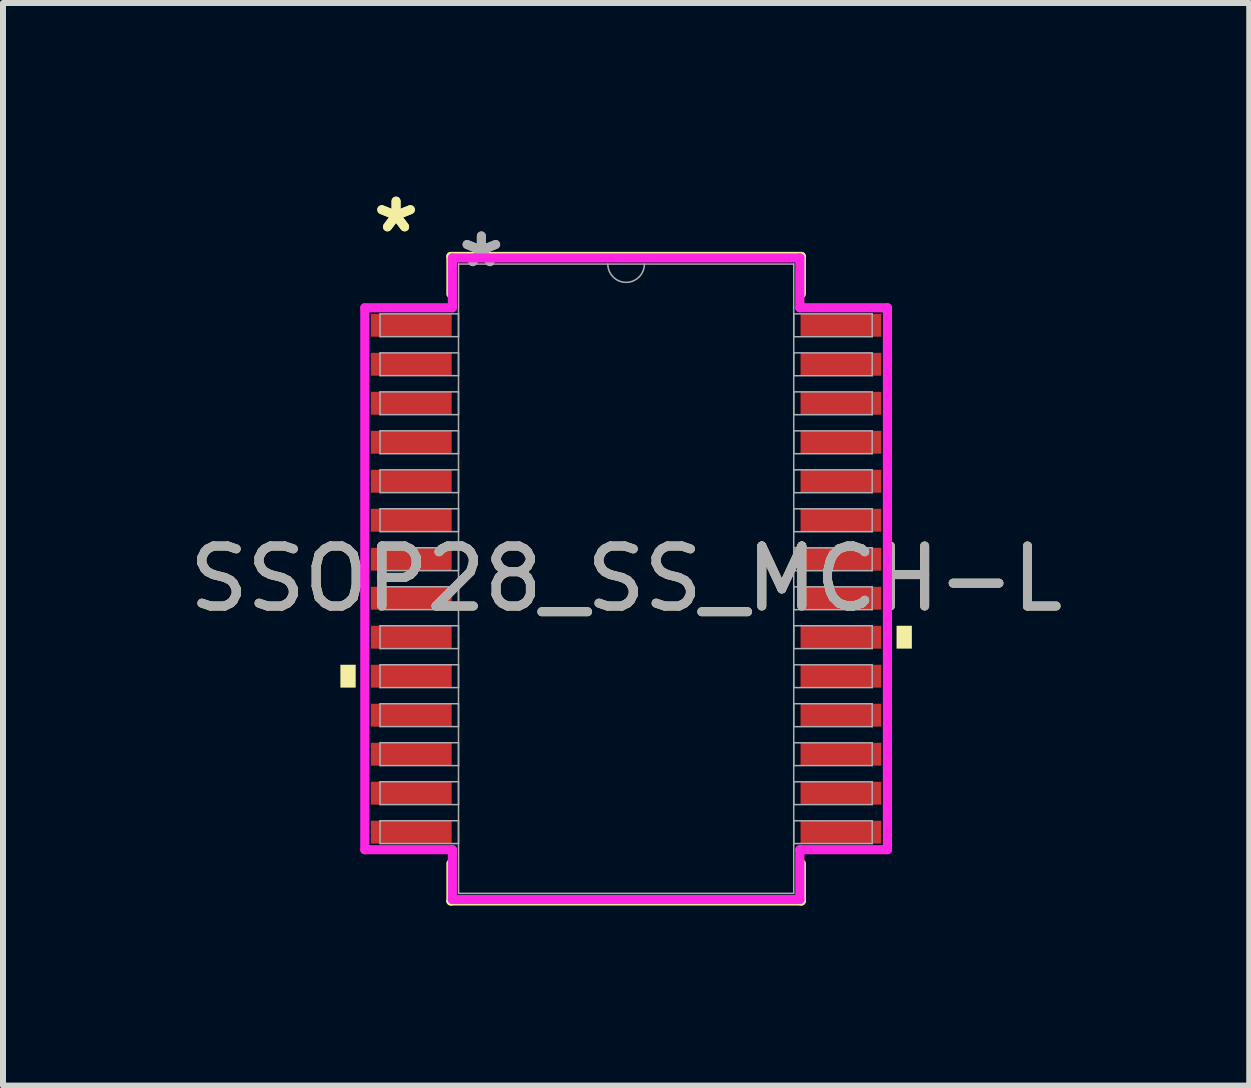
<source format=kicad_pcb>
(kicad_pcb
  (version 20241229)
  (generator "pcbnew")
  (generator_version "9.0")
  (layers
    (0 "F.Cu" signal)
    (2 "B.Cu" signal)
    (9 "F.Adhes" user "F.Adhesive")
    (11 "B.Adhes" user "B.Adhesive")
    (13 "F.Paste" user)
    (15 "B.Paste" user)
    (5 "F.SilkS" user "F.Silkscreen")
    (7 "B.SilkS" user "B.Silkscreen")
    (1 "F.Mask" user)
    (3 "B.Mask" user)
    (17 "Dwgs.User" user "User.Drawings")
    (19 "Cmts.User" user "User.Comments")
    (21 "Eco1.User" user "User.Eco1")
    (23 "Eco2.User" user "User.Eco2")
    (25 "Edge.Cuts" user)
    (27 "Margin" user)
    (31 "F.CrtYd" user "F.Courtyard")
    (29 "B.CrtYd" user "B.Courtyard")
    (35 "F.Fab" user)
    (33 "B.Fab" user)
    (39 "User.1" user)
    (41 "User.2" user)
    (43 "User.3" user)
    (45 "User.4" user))
  (footprint "SSOP28_SS_MCH-L"
    (layer "F.Cu")
    (at 7.387 6.597)
    (property "Reference" "SSOP28_SS_MCH-L" (at 0 0 0) (unlocked yes) (layer "F.SilkS") (effects (font (size 1 1) (thickness 0.15))))
    (attr smd)
    (fp_line (start -2.921 -5.372) (end -2.921 -4.748) (stroke (width 0.152) (type solid)) (layer "F.SilkS"))
    (fp_line (start -2.921 4.748) (end -2.921 5.372) (stroke (width 0.152) (type solid)) (layer "F.SilkS"))
    (fp_line (start -2.921 5.372) (end 2.921 5.372) (stroke (width 0.152) (type solid)) (layer "F.SilkS"))
    (fp_line (start 2.921 -5.372) (end -2.921 -5.372) (stroke (width 0.152) (type solid)) (layer "F.SilkS"))
    (fp_line (start 2.921 -4.748) (end 2.921 -5.372) (stroke (width 0.152) (type solid)) (layer "F.SilkS"))
    (fp_line (start 2.921 5.372) (end 2.921 4.748) (stroke (width 0.152) (type solid)) (layer "F.SilkS"))
    (fp_poly (pts (xy -4.763 1.434) (xy -4.763 1.815) (xy -4.508 1.815) (xy -4.508 1.434)) (stroke (width 0) (type solid)) (fill yes) (layer "F.SilkS"))
    (fp_poly (pts (xy 4.763 0.784) (xy 4.763 1.165) (xy 4.508 1.165) (xy 4.508 0.784)) (stroke (width 0) (type solid)) (fill yes) (layer "F.SilkS"))
    (fp_line (start -4.356 -4.517) (end -2.896 -4.517) (stroke (width 0.152) (type solid)) (layer "F.CrtYd"))
    (fp_line (start -4.356 4.517) (end -4.356 -4.517) (stroke (width 0.152) (type solid)) (layer "F.CrtYd"))
    (fp_line (start -4.356 4.517) (end -2.896 4.517) (stroke (width 0.152) (type solid)) (layer "F.CrtYd"))
    (fp_line (start -2.896 -5.347) (end 2.896 -5.347) (stroke (width 0.152) (type solid)) (layer "F.CrtYd"))
    (fp_line (start -2.896 -4.517) (end -2.896 -5.347) (stroke (width 0.152) (type solid)) (layer "F.CrtYd"))
    (fp_line (start -2.896 5.347) (end -2.896 4.517) (stroke (width 0.152) (type solid)) (layer "F.CrtYd"))
    (fp_line (start 2.896 -5.347) (end 2.896 -4.517) (stroke (width 0.152) (type solid)) (layer "F.CrtYd"))
    (fp_line (start 2.896 4.517) (end 2.896 5.347) (stroke (width 0.152) (type solid)) (layer "F.CrtYd"))
    (fp_line (start 2.896 5.347) (end -2.896 5.347) (stroke (width 0.152) (type solid)) (layer "F.CrtYd"))
    (fp_line (start 4.356 -4.517) (end 2.896 -4.517) (stroke (width 0.152) (type solid)) (layer "F.CrtYd"))
    (fp_line (start 4.356 -4.517) (end 4.356 4.517) (stroke (width 0.152) (type solid)) (layer "F.CrtYd"))
    (fp_line (start 4.356 4.517) (end 2.896 4.517) (stroke (width 0.152) (type solid)) (layer "F.CrtYd"))
    (fp_line (start -4.102 -4.415) (end -4.102 -4.035) (stroke (width 0.025) (type solid)) (layer "F.Fab"))
    (fp_line (start -4.102 -4.035) (end -2.794 -4.035) (stroke (width 0.025) (type solid)) (layer "F.Fab"))
    (fp_line (start -4.102 -3.765) (end -4.102 -3.385) (stroke (width 0.025) (type solid)) (layer "F.Fab"))
    (fp_line (start -4.102 -3.385) (end -2.794 -3.385) (stroke (width 0.025) (type solid)) (layer "F.Fab"))
    (fp_line (start -4.102 -3.115) (end -4.102 -2.735) (stroke (width 0.025) (type solid)) (layer "F.Fab"))
    (fp_line (start -4.102 -2.735) (end -2.794 -2.735) (stroke (width 0.025) (type solid)) (layer "F.Fab"))
    (fp_line (start -4.102 -2.466) (end -4.102 -2.084) (stroke (width 0.025) (type solid)) (layer "F.Fab"))
    (fp_line (start -4.102 -2.084) (end -2.794 -2.084) (stroke (width 0.025) (type solid)) (layer "F.Fab"))
    (fp_line (start -4.102 -1.816) (end -4.102 -1.435) (stroke (width 0.025) (type solid)) (layer "F.Fab"))
    (fp_line (start -4.102 -1.435) (end -2.794 -1.435) (stroke (width 0.025) (type solid)) (layer "F.Fab"))
    (fp_line (start -4.102 -1.166) (end -4.102 -0.785) (stroke (width 0.025) (type solid)) (layer "F.Fab"))
    (fp_line (start -4.102 -0.785) (end -2.794 -0.785) (stroke (width 0.025) (type solid)) (layer "F.Fab"))
    (fp_line (start -4.102 -0.516) (end -4.102 -0.135) (stroke (width 0.025) (type solid)) (layer "F.Fab"))
    (fp_line (start -4.102 -0.135) (end -2.794 -0.135) (stroke (width 0.025) (type solid)) (layer "F.Fab"))
    (fp_line (start -4.102 0.134) (end -4.102 0.515) (stroke (width 0.025) (type solid)) (layer "F.Fab"))
    (fp_line (start -4.102 0.515) (end -2.794 0.515) (stroke (width 0.025) (type solid)) (layer "F.Fab"))
    (fp_line (start -4.102 0.784) (end -4.102 1.165) (stroke (width 0.025) (type solid)) (layer "F.Fab"))
    (fp_line (start -4.102 1.165) (end -2.794 1.165) (stroke (width 0.025) (type solid)) (layer "F.Fab"))
    (fp_line (start -4.102 1.434) (end -4.102 1.815) (stroke (width 0.025) (type solid)) (layer "F.Fab"))
    (fp_line (start -4.102 1.815) (end -2.794 1.815) (stroke (width 0.025) (type solid)) (layer "F.Fab"))
    (fp_line (start -4.102 2.084) (end -4.102 2.465) (stroke (width 0.025) (type solid)) (layer "F.Fab"))
    (fp_line (start -4.102 2.465) (end -2.794 2.465) (stroke (width 0.025) (type solid)) (layer "F.Fab"))
    (fp_line (start -4.102 2.734) (end -4.102 3.115) (stroke (width 0.025) (type solid)) (layer "F.Fab"))
    (fp_line (start -4.102 3.115) (end -2.794 3.115) (stroke (width 0.025) (type solid)) (layer "F.Fab"))
    (fp_line (start -4.102 3.384) (end -4.102 3.765) (stroke (width 0.025) (type solid)) (layer "F.Fab"))
    (fp_line (start -4.102 3.765) (end -2.794 3.765) (stroke (width 0.025) (type solid)) (layer "F.Fab"))
    (fp_line (start -4.102 4.034) (end -4.102 4.415) (stroke (width 0.025) (type solid)) (layer "F.Fab"))
    (fp_line (start -4.102 4.415) (end -2.794 4.415) (stroke (width 0.025) (type solid)) (layer "F.Fab"))
    (fp_line (start -2.794 -5.245) (end -2.794 5.245) (stroke (width 0.025) (type solid)) (layer "F.Fab"))
    (fp_line (start -2.794 -4.415) (end -4.102 -4.415) (stroke (width 0.025) (type solid)) (layer "F.Fab"))
    (fp_line (start -2.794 -4.035) (end -2.794 -4.415) (stroke (width 0.025) (type solid)) (layer "F.Fab"))
    (fp_line (start -2.794 -3.765) (end -4.102 -3.765) (stroke (width 0.025) (type solid)) (layer "F.Fab"))
    (fp_line (start -2.794 -3.385) (end -2.794 -3.765) (stroke (width 0.025) (type solid)) (layer "F.Fab"))
    (fp_line (start -2.794 -3.115) (end -4.102 -3.115) (stroke (width 0.025) (type solid)) (layer "F.Fab"))
    (fp_line (start -2.794 -2.735) (end -2.794 -3.115) (stroke (width 0.025) (type solid)) (layer "F.Fab"))
    (fp_line (start -2.794 -2.466) (end -4.102 -2.466) (stroke (width 0.025) (type solid)) (layer "F.Fab"))
    (fp_line (start -2.794 -2.084) (end -2.794 -2.466) (stroke (width 0.025) (type solid)) (layer "F.Fab"))
    (fp_line (start -2.794 -1.816) (end -4.102 -1.816) (stroke (width 0.025) (type solid)) (layer "F.Fab"))
    (fp_line (start -2.794 -1.435) (end -2.794 -1.816) (stroke (width 0.025) (type solid)) (layer "F.Fab"))
    (fp_line (start -2.794 -1.166) (end -4.102 -1.166) (stroke (width 0.025) (type solid)) (layer "F.Fab"))
    (fp_line (start -2.794 -0.785) (end -2.794 -1.166) (stroke (width 0.025) (type solid)) (layer "F.Fab"))
    (fp_line (start -2.794 -0.516) (end -4.102 -0.516) (stroke (width 0.025) (type solid)) (layer "F.Fab"))
    (fp_line (start -2.794 -0.135) (end -2.794 -0.516) (stroke (width 0.025) (type solid)) (layer "F.Fab"))
    (fp_line (start -2.794 0.134) (end -4.102 0.134) (stroke (width 0.025) (type solid)) (layer "F.Fab"))
    (fp_line (start -2.794 0.515) (end -2.794 0.134) (stroke (width 0.025) (type solid)) (layer "F.Fab"))
    (fp_line (start -2.794 0.784) (end -4.102 0.784) (stroke (width 0.025) (type solid)) (layer "F.Fab"))
    (fp_line (start -2.794 1.165) (end -2.794 0.784) (stroke (width 0.025) (type solid)) (layer "F.Fab"))
    (fp_line (start -2.794 1.434) (end -4.102 1.434) (stroke (width 0.025) (type solid)) (layer "F.Fab"))
    (fp_line (start -2.794 1.815) (end -2.794 1.434) (stroke (width 0.025) (type solid)) (layer "F.Fab"))
    (fp_line (start -2.794 2.084) (end -4.102 2.084) (stroke (width 0.025) (type solid)) (layer "F.Fab"))
    (fp_line (start -2.794 2.465) (end -2.794 2.084) (stroke (width 0.025) (type solid)) (layer "F.Fab"))
    (fp_line (start -2.794 2.734) (end -4.102 2.734) (stroke (width 0.025) (type solid)) (layer "F.Fab"))
    (fp_line (start -2.794 3.115) (end -2.794 2.734) (stroke (width 0.025) (type solid)) (layer "F.Fab"))
    (fp_line (start -2.794 3.384) (end -4.102 3.384) (stroke (width 0.025) (type solid)) (layer "F.Fab"))
    (fp_line (start -2.794 3.765) (end -2.794 3.384) (stroke (width 0.025) (type solid)) (layer "F.Fab"))
    (fp_line (start -2.794 4.034) (end -4.102 4.034) (stroke (width 0.025) (type solid)) (layer "F.Fab"))
    (fp_line (start -2.794 4.415) (end -2.794 4.034) (stroke (width 0.025) (type solid)) (layer "F.Fab"))
    (fp_line (start -2.794 5.245) (end 2.794 5.245) (stroke (width 0.025) (type solid)) (layer "F.Fab"))
    (fp_line (start 2.794 -5.245) (end -2.794 -5.245) (stroke (width 0.025) (type solid)) (layer "F.Fab"))
    (fp_line (start 2.794 -4.415) (end 2.794 -4.034) (stroke (width 0.025) (type solid)) (layer "F.Fab"))
    (fp_line (start 2.794 -4.034) (end 4.102 -4.034) (stroke (width 0.025) (type solid)) (layer "F.Fab"))
    (fp_line (start 2.794 -3.765) (end 2.794 -3.384) (stroke (width 0.025) (type solid)) (layer "F.Fab"))
    (fp_line (start 2.794 -3.384) (end 4.102 -3.384) (stroke (width 0.025) (type solid)) (layer "F.Fab"))
    (fp_line (start 2.794 -3.115) (end 2.794 -2.734) (stroke (width 0.025) (type solid)) (layer "F.Fab"))
    (fp_line (start 2.794 -2.734) (end 4.102 -2.734) (stroke (width 0.025) (type solid)) (layer "F.Fab"))
    (fp_line (start 2.794 -2.465) (end 2.794 -2.084) (stroke (width 0.025) (type solid)) (layer "F.Fab"))
    (fp_line (start 2.794 -2.084) (end 4.102 -2.084) (stroke (width 0.025) (type solid)) (layer "F.Fab"))
    (fp_line (start 2.794 -1.815) (end 2.794 -1.434) (stroke (width 0.025) (type solid)) (layer "F.Fab"))
    (fp_line (start 2.794 -1.434) (end 4.102 -1.434) (stroke (width 0.025) (type solid)) (layer "F.Fab"))
    (fp_line (start 2.794 -1.165) (end 2.794 -0.784) (stroke (width 0.025) (type solid)) (layer "F.Fab"))
    (fp_line (start 2.794 -0.784) (end 4.102 -0.784) (stroke (width 0.025) (type solid)) (layer "F.Fab"))
    (fp_line (start 2.794 -0.515) (end 2.794 -0.134) (stroke (width 0.025) (type solid)) (layer "F.Fab"))
    (fp_line (start 2.794 -0.134) (end 4.102 -0.134) (stroke (width 0.025) (type solid)) (layer "F.Fab"))
    (fp_line (start 2.794 0.135) (end 2.794 0.516) (stroke (width 0.025) (type solid)) (layer "F.Fab"))
    (fp_line (start 2.794 0.516) (end 4.102 0.516) (stroke (width 0.025) (type solid)) (layer "F.Fab"))
    (fp_line (start 2.794 0.784) (end 2.794 1.165) (stroke (width 0.025) (type solid)) (layer "F.Fab"))
    (fp_line (start 2.794 1.165) (end 4.102 1.165) (stroke (width 0.025) (type solid)) (layer "F.Fab"))
    (fp_line (start 2.794 1.435) (end 2.794 1.815) (stroke (width 0.025) (type solid)) (layer "F.Fab"))
    (fp_line (start 2.794 1.815) (end 4.102 1.815) (stroke (width 0.025) (type solid)) (layer "F.Fab"))
    (fp_line (start 2.794 2.084) (end 2.794 2.466) (stroke (width 0.025) (type solid)) (layer "F.Fab"))
    (fp_line (start 2.794 2.466) (end 4.102 2.466) (stroke (width 0.025) (type solid)) (layer "F.Fab"))
    (fp_line (start 2.794 2.735) (end 2.794 3.115) (stroke (width 0.025) (type solid)) (layer "F.Fab"))
    (fp_line (start 2.794 3.115) (end 4.102 3.115) (stroke (width 0.025) (type solid)) (layer "F.Fab"))
    (fp_line (start 2.794 3.385) (end 2.794 3.765) (stroke (width 0.025) (type solid)) (layer "F.Fab"))
    (fp_line (start 2.794 3.765) (end 4.102 3.765) (stroke (width 0.025) (type solid)) (layer "F.Fab"))
    (fp_line (start 2.794 4.035) (end 2.794 4.415) (stroke (width 0.025) (type solid)) (layer "F.Fab"))
    (fp_line (start 2.794 4.415) (end 4.102 4.415) (stroke (width 0.025) (type solid)) (layer "F.Fab"))
    (fp_line (start 2.794 5.245) (end 2.794 -5.245) (stroke (width 0.025) (type solid)) (layer "F.Fab"))
    (fp_line (start 4.102 -4.415) (end 2.794 -4.415) (stroke (width 0.025) (type solid)) (layer "F.Fab"))
    (fp_line (start 4.102 -4.034) (end 4.102 -4.415) (stroke (width 0.025) (type solid)) (layer "F.Fab"))
    (fp_line (start 4.102 -3.765) (end 2.794 -3.765) (stroke (width 0.025) (type solid)) (layer "F.Fab"))
    (fp_line (start 4.102 -3.384) (end 4.102 -3.765) (stroke (width 0.025) (type solid)) (layer "F.Fab"))
    (fp_line (start 4.102 -3.115) (end 2.794 -3.115) (stroke (width 0.025) (type solid)) (layer "F.Fab"))
    (fp_line (start 4.102 -2.734) (end 4.102 -3.115) (stroke (width 0.025) (type solid)) (layer "F.Fab"))
    (fp_line (start 4.102 -2.465) (end 2.794 -2.465) (stroke (width 0.025) (type solid)) (layer "F.Fab"))
    (fp_line (start 4.102 -2.084) (end 4.102 -2.465) (stroke (width 0.025) (type solid)) (layer "F.Fab"))
    (fp_line (start 4.102 -1.815) (end 2.794 -1.815) (stroke (width 0.025) (type solid)) (layer "F.Fab"))
    (fp_line (start 4.102 -1.434) (end 4.102 -1.815) (stroke (width 0.025) (type solid)) (layer "F.Fab"))
    (fp_line (start 4.102 -1.165) (end 2.794 -1.165) (stroke (width 0.025) (type solid)) (layer "F.Fab"))
    (fp_line (start 4.102 -0.784) (end 4.102 -1.165) (stroke (width 0.025) (type solid)) (layer "F.Fab"))
    (fp_line (start 4.102 -0.515) (end 2.794 -0.515) (stroke (width 0.025) (type solid)) (layer "F.Fab"))
    (fp_line (start 4.102 -0.134) (end 4.102 -0.515) (stroke (width 0.025) (type solid)) (layer "F.Fab"))
    (fp_line (start 4.102 0.135) (end 2.794 0.135) (stroke (width 0.025) (type solid)) (layer "F.Fab"))
    (fp_line (start 4.102 0.516) (end 4.102 0.135) (stroke (width 0.025) (type solid)) (layer "F.Fab"))
    (fp_line (start 4.102 0.784) (end 2.794 0.784) (stroke (width 0.025) (type solid)) (layer "F.Fab"))
    (fp_line (start 4.102 1.165) (end 4.102 0.784) (stroke (width 0.025) (type solid)) (layer "F.Fab"))
    (fp_line (start 4.102 1.435) (end 2.794 1.435) (stroke (width 0.025) (type solid)) (layer "F.Fab"))
    (fp_line (start 4.102 1.815) (end 4.102 1.435) (stroke (width 0.025) (type solid)) (layer "F.Fab"))
    (fp_line (start 4.102 2.084) (end 2.794 2.084) (stroke (width 0.025) (type solid)) (layer "F.Fab"))
    (fp_line (start 4.102 2.466) (end 4.102 2.084) (stroke (width 0.025) (type solid)) (layer "F.Fab"))
    (fp_line (start 4.102 2.735) (end 2.794 2.735) (stroke (width 0.025) (type solid)) (layer "F.Fab"))
    (fp_line (start 4.102 3.115) (end 4.102 2.735) (stroke (width 0.025) (type solid)) (layer "F.Fab"))
    (fp_line (start 4.102 3.385) (end 2.794 3.385) (stroke (width 0.025) (type solid)) (layer "F.Fab"))
    (fp_line (start 4.102 3.765) (end 4.102 3.385) (stroke (width 0.025) (type solid)) (layer "F.Fab"))
    (fp_line (start 4.102 4.035) (end 2.794 4.035) (stroke (width 0.025) (type solid)) (layer "F.Fab"))
    (fp_line (start 4.102 4.415) (end 4.102 4.035) (stroke (width 0.025) (type solid)) (layer "F.Fab"))
    (fp_arc (start 0.3048 -5.2451) (mid 0 -4.9403) (end -0.3048 -5.2451) (stroke (width 0.0254) (type solid)) (layer "F.Fab"))
    (fp_text user "*" (at -3.835 -5.749 0) (unlocked yes) (layer "F.SilkS") (effects (font (size 1 1) (thickness 0.15))))
    (fp_text user "*" (at -3.835 -5.749 0) (layer "F.SilkS") (effects (font (size 1 1) (thickness 0.15))))
    (fp_text user "*" (at -2.413 -5.169 0) (unlocked yes) (layer "F.Fab") (effects (font (size 1 1) (thickness 0.15))))
    (fp_text user "${REFERENCE}" (at 0 0 0) (unlocked yes) (layer "F.Fab") (effects (font (size 1 1) (thickness 0.15))))
    (fp_text user "*" (at -2.413 -5.169 0) (layer "F.Fab") (effects (font (size 1 1) (thickness 0.15))))
    (pad "1" smd rect (at -3.581 -4.225) (size 1.346 0.381) (layers "F.Cu" "F.Mask" "F.Paste"))
    (pad "2" smd rect (at -3.581 -3.575) (size 1.346 0.381) (layers "F.Cu" "F.Mask" "F.Paste"))
    (pad "3" smd rect (at -3.581 -2.925) (size 1.346 0.381) (layers "F.Cu" "F.Mask" "F.Paste"))
    (pad "4" smd rect (at -3.581 -2.275) (size 1.346 0.381) (layers "F.Cu" "F.Mask" "F.Paste"))
    (pad "5" smd rect (at -3.581 -1.625) (size 1.346 0.381) (layers "F.Cu" "F.Mask" "F.Paste"))
    (pad "6" smd rect (at -3.581 -0.975) (size 1.346 0.381) (layers "F.Cu" "F.Mask" "F.Paste"))
    (pad "7" smd rect (at -3.581 -0.325) (size 1.346 0.381) (layers "F.Cu" "F.Mask" "F.Paste"))
    (pad "8" smd rect (at -3.581 0.325) (size 1.346 0.381) (layers "F.Cu" "F.Mask" "F.Paste"))
    (pad "9" smd rect (at -3.581 0.975) (size 1.346 0.381) (layers "F.Cu" "F.Mask" "F.Paste"))
    (pad "10" smd rect (at -3.581 1.625) (size 1.346 0.381) (layers "F.Cu" "F.Mask" "F.Paste"))
    (pad "11" smd rect (at -3.581 2.275) (size 1.346 0.381) (layers "F.Cu" "F.Mask" "F.Paste"))
    (pad "12" smd rect (at -3.581 2.925) (size 1.346 0.381) (layers "F.Cu" "F.Mask" "F.Paste"))
    (pad "13" smd rect (at -3.581 3.575) (size 1.346 0.381) (layers "F.Cu" "F.Mask" "F.Paste"))
    (pad "14" smd rect (at -3.581 4.225) (size 1.346 0.381) (layers "F.Cu" "F.Mask" "F.Paste"))
    (pad "15" smd rect (at 3.581 4.225) (size 1.346 0.381) (layers "F.Cu" "F.Mask" "F.Paste"))
    (pad "16" smd rect (at 3.581 3.575) (size 1.346 0.381) (layers "F.Cu" "F.Mask" "F.Paste"))
    (pad "17" smd rect (at 3.581 2.925) (size 1.346 0.381) (layers "F.Cu" "F.Mask" "F.Paste"))
    (pad "18" smd rect (at 3.581 2.275) (size 1.346 0.381) (layers "F.Cu" "F.Mask" "F.Paste"))
    (pad "19" smd rect (at 3.581 1.625) (size 1.346 0.381) (layers "F.Cu" "F.Mask" "F.Paste"))
    (pad "20" smd rect (at 3.581 0.975) (size 1.346 0.381) (layers "F.Cu" "F.Mask" "F.Paste"))
    (pad "21" smd rect (at 3.581 0.325) (size 1.346 0.381) (layers "F.Cu" "F.Mask" "F.Paste"))
    (pad "22" smd rect (at 3.581 -0.325) (size 1.346 0.381) (layers "F.Cu" "F.Mask" "F.Paste"))
    (pad "23" smd rect (at 3.581 -0.975) (size 1.346 0.381) (layers "F.Cu" "F.Mask" "F.Paste"))
    (pad "24" smd rect (at 3.581 -1.625) (size 1.346 0.381) (layers "F.Cu" "F.Mask" "F.Paste"))
    (pad "25" smd rect (at 3.581 -2.275) (size 1.346 0.381) (layers "F.Cu" "F.Mask" "F.Paste"))
    (pad "26" smd rect (at 3.581 -2.925) (size 1.346 0.381) (layers "F.Cu" "F.Mask" "F.Paste"))
    (pad "27" smd rect (at 3.581 -3.575) (size 1.346 0.381) (layers "F.Cu" "F.Mask" "F.Paste"))
    (pad "28" smd rect (at 3.581 -4.225) (size 1.346 0.381) (layers "F.Cu" "F.Mask" "F.Paste")))
  (gr_rect
    (start -3 -3)
    (end 17.774 15.046)
    (stroke (width 0.1) (type default))
    (fill no)
    (layer "Edge.Cuts")))
</source>
